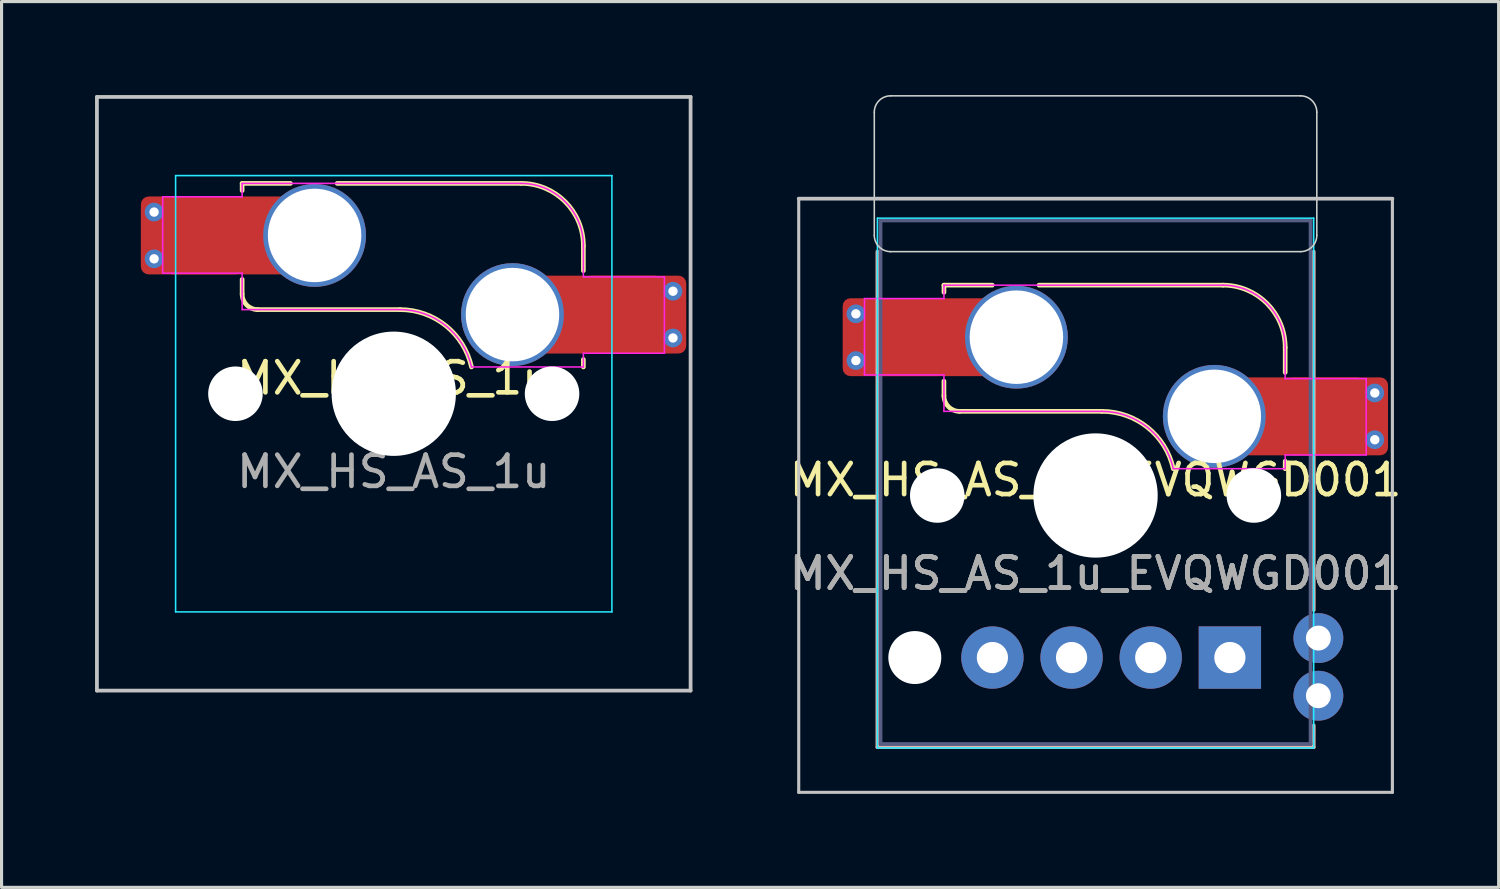
<source format=kicad_pcb>
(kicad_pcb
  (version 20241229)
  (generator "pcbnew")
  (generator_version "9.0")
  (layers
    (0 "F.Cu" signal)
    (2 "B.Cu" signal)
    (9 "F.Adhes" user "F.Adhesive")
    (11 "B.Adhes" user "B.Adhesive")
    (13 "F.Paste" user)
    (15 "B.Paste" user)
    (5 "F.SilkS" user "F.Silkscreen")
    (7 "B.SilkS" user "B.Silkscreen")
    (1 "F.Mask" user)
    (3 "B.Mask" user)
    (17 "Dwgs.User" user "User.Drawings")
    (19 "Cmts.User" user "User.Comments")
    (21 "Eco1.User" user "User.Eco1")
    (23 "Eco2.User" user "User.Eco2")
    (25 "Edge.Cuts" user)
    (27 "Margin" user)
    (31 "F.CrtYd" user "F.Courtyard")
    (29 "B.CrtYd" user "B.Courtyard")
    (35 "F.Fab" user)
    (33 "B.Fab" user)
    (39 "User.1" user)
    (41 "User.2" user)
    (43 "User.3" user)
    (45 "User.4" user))
  (footprint "MX_HS_AS_1u_EVQWGD001"
    (layer "F.Cu")
    (at 32.105 12.85)
    (property "Reference" "MX_HS_AS_1u_EVQWGD001" (at 0 -0.5 0) (unlocked yes) (layer "F.SilkS") (effects (font (size 1 1) (thickness 0.15))))
    (attr through_hole)
    (fp_line (start -4.865 -6.75) (end -4.865 -6.52) (stroke (width 0.15) (type solid)) (layer "F.SilkS"))
    (fp_line (start -4.865 -3.67) (end -4.865 -3.2) (stroke (width 0.15) (type solid)) (layer "F.SilkS"))
    (fp_line (start -4.365 -2.7) (end 0.2 -2.7) (stroke (width 0.15) (type solid)) (layer "F.SilkS"))
    (fp_line (start -3.315 -6.75) (end -4.865 -6.75) (stroke (width 0.15) (type solid)) (layer "F.SilkS"))
    (fp_line (start 4.085 -6.75) (end -1.815 -6.75) (stroke (width 0.15) (type solid)) (layer "F.SilkS"))
    (fp_line (start 6.085 -3.95) (end 6.085 -4.75) (stroke (width 0.15) (type solid)) (layer "F.SilkS"))
    (fp_line (start 6.085 -1.1) (end 6.085 -0.86) (stroke (width 0.15) (type solid)) (layer "F.SilkS"))
    (fp_arc (start -4.364824 -2.70022) (mid -4.71839 -2.84667) (end -4.864824 -3.20022) (stroke (width 0.15) (type solid)) (layer "F.SilkS"))
    (fp_arc (start 0.2 -2.70022) (mid 1.670695 -2.183638) (end 2.494322 -0.86022) (stroke (width 0.15) (type solid)) (layer "F.SilkS"))
    (fp_arc (start 4.085176 -6.75022) (mid 5.499392 -6.164435) (end 6.085176 -4.75022) (stroke (width 0.15) (type solid)) (layer "F.SilkS"))
    (fp_line (start -7 -7.825) (end -7 8.075) (stroke (width 0.12) (type solid)) (layer "B.SilkS"))
    (fp_line (start -7 8.075) (end 7 8.075) (stroke (width 0.12) (type solid)) (layer "B.SilkS"))
    (fp_line (start 7 3.675) (end 7 -7.825) (stroke (width 0.12) (type solid)) (layer "B.SilkS"))
    (fp_line (start 7 8.075) (end 7 7.375) (stroke (width 0.12) (type solid)) (layer "B.SilkS"))
    (fp_line (start -9.525 -9.525) (end -9.525 9.525) (stroke (width 0.1) (type solid)) (layer "Dwgs.User"))
    (fp_line (start -9.525 -9.525) (end 9.525 -9.525) (stroke (width 0.12) (type solid)) (layer "Dwgs.User"))
    (fp_line (start -9.525 9.525) (end 9.525 9.525) (stroke (width 0.1) (type solid)) (layer "Dwgs.User"))
    (fp_line (start 9.525 9.525) (end 9.525 -9.525) (stroke (width 0.1) (type solid)) (layer "Dwgs.User"))
    (fp_line (start -7 -6.5) (end -7 6.5) (stroke (width 0.05) (type solid)) (layer "Eco2.User"))
    (fp_line (start -6.5 7) (end 6.5 7) (stroke (width 0.05) (type solid)) (layer "Eco2.User"))
    (fp_line (start 6.5 -7) (end -6.5 -7) (stroke (width 0.05) (type solid)) (layer "Eco2.User"))
    (fp_line (start 7 6.5) (end 7 -6.5) (stroke (width 0.05) (type solid)) (layer "Eco2.User"))
    (fp_arc (start -7 -6.5) (mid -6.853553 -6.853553) (end -6.5 -7) (stroke (width 0.05) (type solid)) (layer "Eco2.User"))
    (fp_arc (start -6.497236 6.998884) (mid -6.850787 6.852436) (end -6.997236 6.498884) (stroke (width 0.05) (type solid)) (layer "Eco2.User"))
    (fp_arc (start 6.5 -7) (mid 6.853553 -6.853553) (end 7 -6.5) (stroke (width 0.05) (type solid)) (layer "Eco2.User"))
    (fp_arc (start 7 6.5) (mid 6.853553 6.853553) (end 6.5 7) (stroke (width 0.05) (type solid)) (layer "Eco2.User"))
    (fp_line (start -7.1 -8.35) (end -7.1 -12.3) (stroke (width 0.05) (type solid)) (layer "Edge.Cuts"))
    (fp_line (start -6.575 -12.825) (end 6.575 -12.825) (stroke (width 0.05) (type solid)) (layer "Edge.Cuts"))
    (fp_line (start 6.575 -7.825) (end -6.575 -7.825) (stroke (width 0.05) (type solid)) (layer "Edge.Cuts"))
    (fp_line (start 7.1 -12.3) (end 7.1 -8.35) (stroke (width 0.05) (type solid)) (layer "Edge.Cuts"))
    (fp_arc (start -7.1 -12.3) (mid -6.946231 -12.671231) (end -6.575 -12.825) (stroke (width 0.05) (type solid)) (layer "Edge.Cuts"))
    (fp_arc (start -6.575 -7.825) (mid -6.946231 -7.978769) (end -7.1 -8.35) (stroke (width 0.05) (type solid)) (layer "Edge.Cuts"))
    (fp_arc (start 6.575 -12.825) (mid 6.946231 -12.671231) (end 7.1 -12.3) (stroke (width 0.05) (type solid)) (layer "Edge.Cuts"))
    (fp_arc (start 7.1 -8.35) (mid 6.946231 -7.978769) (end 6.575 -7.825) (stroke (width 0.05) (type solid)) (layer "Edge.Cuts"))
    (fp_line (start -7 -8.9) (end 7 -8.9) (stroke (width 0.05) (type solid)) (layer "B.CrtYd"))
    (fp_line (start -7 8.1) (end -7 -8.9) (stroke (width 0.05) (type solid)) (layer "B.CrtYd"))
    (fp_line (start 7 -8.9) (end 7 8.1) (stroke (width 0.05) (type solid)) (layer "B.CrtYd"))
    (fp_line (start 7 8.1) (end -7 8.1) (stroke (width 0.05) (type solid)) (layer "B.CrtYd"))
    (fp_line (start -7.415 -6.32) (end -4.865 -6.32) (stroke (width 0.05) (type solid)) (layer "F.CrtYd"))
    (fp_line (start -7.415 -3.87) (end -7.415 -6.32) (stroke (width 0.05) (type solid)) (layer "F.CrtYd"))
    (fp_line (start -4.865 -6.75) (end -4.865 -6.32) (stroke (width 0.05) (type solid)) (layer "F.CrtYd"))
    (fp_line (start -4.865 -3.87) (end -7.415 -3.87) (stroke (width 0.05) (type solid)) (layer "F.CrtYd"))
    (fp_line (start -4.865 -3.87) (end -4.865 -2.7) (stroke (width 0.05) (type solid)) (layer "F.CrtYd"))
    (fp_line (start -4.865 -2.7) (end 0.2 -2.7) (stroke (width 0.05) (type solid)) (layer "F.CrtYd"))
    (fp_line (start 4.085 -6.75) (end -4.865 -6.75) (stroke (width 0.05) (type solid)) (layer "F.CrtYd"))
    (fp_line (start 6.085 -3.75) (end 6.085 -4.75) (stroke (width 0.05) (type solid)) (layer "F.CrtYd"))
    (fp_line (start 6.085 -3.75) (end 8.685 -3.75) (stroke (width 0.05) (type solid)) (layer "F.CrtYd"))
    (fp_line (start 6.085 -1.3) (end 6.085 -0.86) (stroke (width 0.05) (type solid)) (layer "F.CrtYd"))
    (fp_line (start 6.085 -0.86) (end 2.494 -0.86) (stroke (width 0.05) (type solid)) (layer "F.CrtYd"))
    (fp_line (start 8.685 -3.75) (end 8.685 -1.3) (stroke (width 0.05) (type solid)) (layer "F.CrtYd"))
    (fp_line (start 8.685 -1.3) (end 6.085 -1.3) (stroke (width 0.05) (type solid)) (layer "F.CrtYd"))
    (fp_arc (start 0.2 -2.70022) (mid 1.670505 -2.1834) (end 2.494322 -0.86022) (stroke (width 0.05) (type solid)) (layer "F.CrtYd"))
    (fp_arc (start 4.085176 -6.75022) (mid 5.499392 -6.164435) (end 6.085176 -4.75022) (stroke (width 0.05) (type solid)) (layer "F.CrtYd"))
    (fp_line (start -6.9 -8.825) (end -6.9 7.975) (stroke (width 0.12) (type solid)) (layer "B.Fab"))
    (fp_line (start -6.9 7.975) (end 6.9 7.975) (stroke (width 0.12) (type solid)) (layer "B.Fab"))
    (fp_line (start 6.9 -8.825) (end -6.9 -8.825) (stroke (width 0.12) (type solid)) (layer "B.Fab"))
    (fp_line (start 6.9 7.975) (end 6.9 -8.825) (stroke (width 0.12) (type solid)) (layer "B.Fab"))
    (fp_text user "${REFERENCE}" (at 0 2.5 0) (unlocked yes) (layer "F.Fab") (effects (font (size 1 1) (thickness 0.15))))
    (fp_text user "${REFERENCE}" (at 0 2.5 0) (unlocked yes) (layer "F.Fab") (effects (font (size 1 1) (thickness 0.15))))
    (fp_text user "${REFERENCE}" (at 0 2.5 0) (unlocked yes) (layer "F.Fab") (effects (font (size 1 1) (thickness 0.15))))
    (pad "" np_thru_hole circle (at -5.8 5.2 270) (size 1.7 1.7) (drill 1.7) (layers "*.Cu" "*.Mask"))
    (pad "" np_thru_hole circle (at -5.08 0) (size 1.75 1.75) (drill 1.75) (layers "*.Cu" "*.Mask"))
    (pad "" np_thru_hole circle (at 0 0) (size 3.988 3.988) (drill 3.988) (layers "*.Cu" "*.Mask"))
    (pad "" np_thru_hole circle (at 5.08 0) (size 1.75 1.75) (drill 1.75) (layers "*.Cu" "*.Mask"))
    (pad "A" thru_hole rect (at 4.31 5.2 270) (size 2 2) (drill 1) (layers "*.Cu" "*.Mask"))
    (pad "B" thru_hole circle (at 1.77 5.2 270) (size 2 2) (drill 1) (layers "*.Cu" "*.Mask"))
    (pad "C" thru_hole circle (at -0.77 5.2 270) (size 2 2) (drill 1) (layers "*.Cu" "*.Mask"))
    (pad "D" thru_hole circle (at -3.31 5.2 270) (size 2 2) (drill 1) (layers "*.Cu" "*.Mask"))
    (pad "S1" thru_hole circle (at 3.81 -2.54) (size 3.3 3.3) (drill 3) (layers "*.Cu" "*.Mask"))
    (pad "S1" smd roundrect (at 7.018 -2.54) (size 4.735 2.5) (layers "F.Cu") (roundrect_rratio 0.1))
    (pad "S1" thru_hole circle (at 7.15 6.425 270) (size 1.6 1.6) (drill 0.8) (layers "*.Cu" "*.Mask"))
    (pad "S1" smd roundrect (at 7.36 -2.54) (size 2.55 2.5) (layers "F.Cu" "F.Mask" "F.Paste") (roundrect_rratio 0.1))
    (pad "S1" thru_hole circle (at 8.96 -3.29) (size 0.6 0.6) (drill 0.3) (layers "*.Cu"))
    (pad "S1" thru_hole circle (at 8.96 -1.79) (size 0.6 0.6) (drill 0.3) (layers "*.Cu"))
    (pad "S2" thru_hole circle (at -7.69 -5.83) (size 0.6 0.6) (drill 0.3) (layers "*.Cu"))
    (pad "S2" thru_hole circle (at -7.69 -4.33) (size 0.6 0.6) (drill 0.3) (layers "*.Cu"))
    (pad "S2" smd roundrect (at -6.09 -5.08) (size 2.55 2.5) (layers "F.Cu" "F.Mask" "F.Paste") (roundrect_rratio 0.1))
    (pad "S2" smd roundrect (at -5.732 -5.08) (size 4.765 2.5) (layers "F.Cu") (roundrect_rratio 0.1))
    (pad "S2" thru_hole circle (at -2.54 -5.08) (size 3.3 3.3) (drill 3) (layers "*.Cu" "*.Mask"))
    (pad "S2" thru_hole circle (at 7.15 4.575 270) (size 1.6 1.6) (drill 0.8) (layers "*.Cu" "*.Mask")))
  (footprint "MX_HS_AS_1u"
    (layer "F.Cu")
    (at 9.585 9.585)
    (property "Reference" "MX_HS_AS_1u" (at 0 -0.5 0) (unlocked yes) (layer "F.SilkS") (effects (font (size 1 1) (thickness 0.15))))
    (attr through_hole)
    (fp_line (start -4.865 -6.75) (end -4.865 -6.52) (stroke (width 0.15) (type solid)) (layer "F.SilkS"))
    (fp_line (start -4.865 -3.67) (end -4.865 -3.2) (stroke (width 0.15) (type solid)) (layer "F.SilkS"))
    (fp_line (start -4.365 -2.7) (end 0.2 -2.7) (stroke (width 0.15) (type solid)) (layer "F.SilkS"))
    (fp_line (start -3.315 -6.75) (end -4.865 -6.75) (stroke (width 0.15) (type solid)) (layer "F.SilkS"))
    (fp_line (start 4.085 -6.75) (end -1.815 -6.75) (stroke (width 0.15) (type solid)) (layer "F.SilkS"))
    (fp_line (start 6.085 -3.95) (end 6.085 -4.75) (stroke (width 0.15) (type solid)) (layer "F.SilkS"))
    (fp_line (start 6.085 -1.1) (end 6.085 -0.86) (stroke (width 0.15) (type solid)) (layer "F.SilkS"))
    (fp_arc (start -4.364824 -2.70022) (mid -4.718377 -2.846667) (end -4.864824 -3.20022) (stroke (width 0.15) (type solid)) (layer "F.SilkS"))
    (fp_arc (start 0.2 -2.70022) (mid 1.670693 -2.183637) (end 2.494322 -0.86022) (stroke (width 0.15) (type solid)) (layer "F.SilkS"))
    (fp_arc (start 4.085176 -6.75022) (mid 5.499392 -6.164436) (end 6.085176 -4.75022) (stroke (width 0.15) (type solid)) (layer "F.SilkS"))
    (fp_line (start -9.525 -9.525) (end 9.525 -9.525) (stroke (width 0.12) (type solid)) (layer "Dwgs.User"))
    (fp_line (start -9.525 9.525) (end -9.525 -9.525) (stroke (width 0.12) (type solid)) (layer "Dwgs.User"))
    (fp_line (start 9.525 -9.525) (end 9.525 9.525) (stroke (width 0.12) (type solid)) (layer "Dwgs.User"))
    (fp_line (start 9.525 9.525) (end -9.525 9.525) (stroke (width 0.12) (type solid)) (layer "Dwgs.User"))
    (fp_line (start -7 -6.5) (end -7 6.5) (stroke (width 0.05) (type solid)) (layer "Eco2.User"))
    (fp_line (start -6.5 7) (end 6.5 7) (stroke (width 0.05) (type solid)) (layer "Eco2.User"))
    (fp_line (start 6.5 -7) (end -6.5 -7) (stroke (width 0.05) (type solid)) (layer "Eco2.User"))
    (fp_line (start 7 6.5) (end 7 -6.5) (stroke (width 0.05) (type solid)) (layer "Eco2.User"))
    (fp_arc (start -7 -6.5) (mid -6.853553 -6.853553) (end -6.5 -7) (stroke (width 0.05) (type solid)) (layer "Eco2.User"))
    (fp_arc (start -6.497236 6.998884) (mid -6.850789 6.852437) (end -6.997236 6.498884) (stroke (width 0.05) (type solid)) (layer "Eco2.User"))
    (fp_arc (start 6.5 -7) (mid 6.853553 -6.853553) (end 7 -6.5) (stroke (width 0.05) (type solid)) (layer "Eco2.User"))
    (fp_arc (start 7 6.5) (mid 6.853553 6.853553) (end 6.5 7) (stroke (width 0.05) (type solid)) (layer "Eco2.User"))
    (fp_line (start -7 -7) (end 7 -7) (stroke (width 0.05) (type solid)) (layer "B.CrtYd"))
    (fp_line (start -7 7) (end -7 -7) (stroke (width 0.05) (type solid)) (layer "B.CrtYd"))
    (fp_line (start 7 -7) (end 7 7) (stroke (width 0.05) (type solid)) (layer "B.CrtYd"))
    (fp_line (start 7 7) (end -7 7) (stroke (width 0.05) (type solid)) (layer "B.CrtYd"))
    (fp_line (start -7.415 -6.32) (end -4.865 -6.32) (stroke (width 0.05) (type solid)) (layer "F.CrtYd"))
    (fp_line (start -7.415 -3.87) (end -7.415 -6.32) (stroke (width 0.05) (type solid)) (layer "F.CrtYd"))
    (fp_line (start -4.865 -6.75) (end -4.865 -6.32) (stroke (width 0.05) (type solid)) (layer "F.CrtYd"))
    (fp_line (start -4.865 -3.87) (end -7.415 -3.87) (stroke (width 0.05) (type solid)) (layer "F.CrtYd"))
    (fp_line (start -4.865 -3.87) (end -4.865 -2.7) (stroke (width 0.05) (type solid)) (layer "F.CrtYd"))
    (fp_line (start -4.865 -2.7) (end 0.2 -2.7) (stroke (width 0.05) (type solid)) (layer "F.CrtYd"))
    (fp_line (start 4.085 -6.75) (end -4.865 -6.75) (stroke (width 0.05) (type solid)) (layer "F.CrtYd"))
    (fp_line (start 6.085 -3.75) (end 6.085 -4.75) (stroke (width 0.05) (type solid)) (layer "F.CrtYd"))
    (fp_line (start 6.085 -3.75) (end 8.685 -3.75) (stroke (width 0.05) (type solid)) (layer "F.CrtYd"))
    (fp_line (start 6.085 -1.3) (end 6.085 -0.86) (stroke (width 0.05) (type solid)) (layer "F.CrtYd"))
    (fp_line (start 6.085 -0.86) (end 2.494 -0.86) (stroke (width 0.05) (type solid)) (layer "F.CrtYd"))
    (fp_line (start 8.685 -3.75) (end 8.685 -1.3) (stroke (width 0.05) (type solid)) (layer "F.CrtYd"))
    (fp_line (start 8.685 -1.3) (end 6.085 -1.3) (stroke (width 0.05) (type solid)) (layer "F.CrtYd"))
    (fp_arc (start 0.2 -2.70022) (mid 1.670502 -2.183399) (end 2.494322 -0.86022) (stroke (width 0.05) (type solid)) (layer "F.CrtYd"))
    (fp_arc (start 4.085176 -6.75022) (mid 5.499392 -6.164436) (end 6.085176 -4.75022) (stroke (width 0.05) (type solid)) (layer "F.CrtYd"))
    (fp_text user "${REFERENCE}" (at 0 2.5 0) (unlocked yes) (layer "F.Fab") (effects (font (size 1 1) (thickness 0.15))))
    (pad "" np_thru_hole circle (at -5.08 0) (size 1.75 1.75) (drill 1.75) (layers "*.Cu" "*.Mask"))
    (pad "" np_thru_hole circle (at 0 0) (size 3.988 3.988) (drill 3.988) (layers "*.Cu" "*.Mask"))
    (pad "" np_thru_hole circle (at 5.08 0) (size 1.75 1.75) (drill 1.75) (layers "*.Cu" "*.Mask"))
    (pad "1" thru_hole circle (at 3.81 -2.54) (size 3.3 3.3) (drill 3) (layers "*.Cu" "*.Mask"))
    (pad "1" smd roundrect (at 7.018 -2.54) (size 4.735 2.5) (layers "F.Cu") (roundrect_rratio 0.1))
    (pad "1" smd roundrect (at 7.36 -2.54) (size 2.55 2.5) (layers "F.Cu" "F.Mask" "F.Paste") (roundrect_rratio 0.1))
    (pad "1" thru_hole circle (at 8.96 -3.29) (size 0.6 0.6) (drill 0.3) (layers "*.Cu"))
    (pad "1" thru_hole circle (at 8.96 -1.79) (size 0.6 0.6) (drill 0.3) (layers "*.Cu"))
    (pad "2" thru_hole circle (at -7.69 -5.83) (size 0.6 0.6) (drill 0.3) (layers "*.Cu"))
    (pad "2" thru_hole circle (at -7.69 -4.33) (size 0.6 0.6) (drill 0.3) (layers "*.Cu"))
    (pad "2" smd roundrect (at -6.09 -5.08) (size 2.55 2.5) (layers "F.Cu" "F.Mask" "F.Paste") (roundrect_rratio 0.1))
    (pad "2" smd roundrect (at -5.732 -5.08) (size 4.765 2.5) (layers "F.Cu") (roundrect_rratio 0.1))
    (pad "2" thru_hole circle (at -2.54 -5.08) (size 3.3 3.3) (drill 3) (layers "*.Cu" "*.Mask")))
  (gr_rect
    (start -3 -3)
    (end 45.039 25.425)
    (stroke (width 0.1) (type default))
    (fill no)
    (layer "Edge.Cuts")))
</source>
